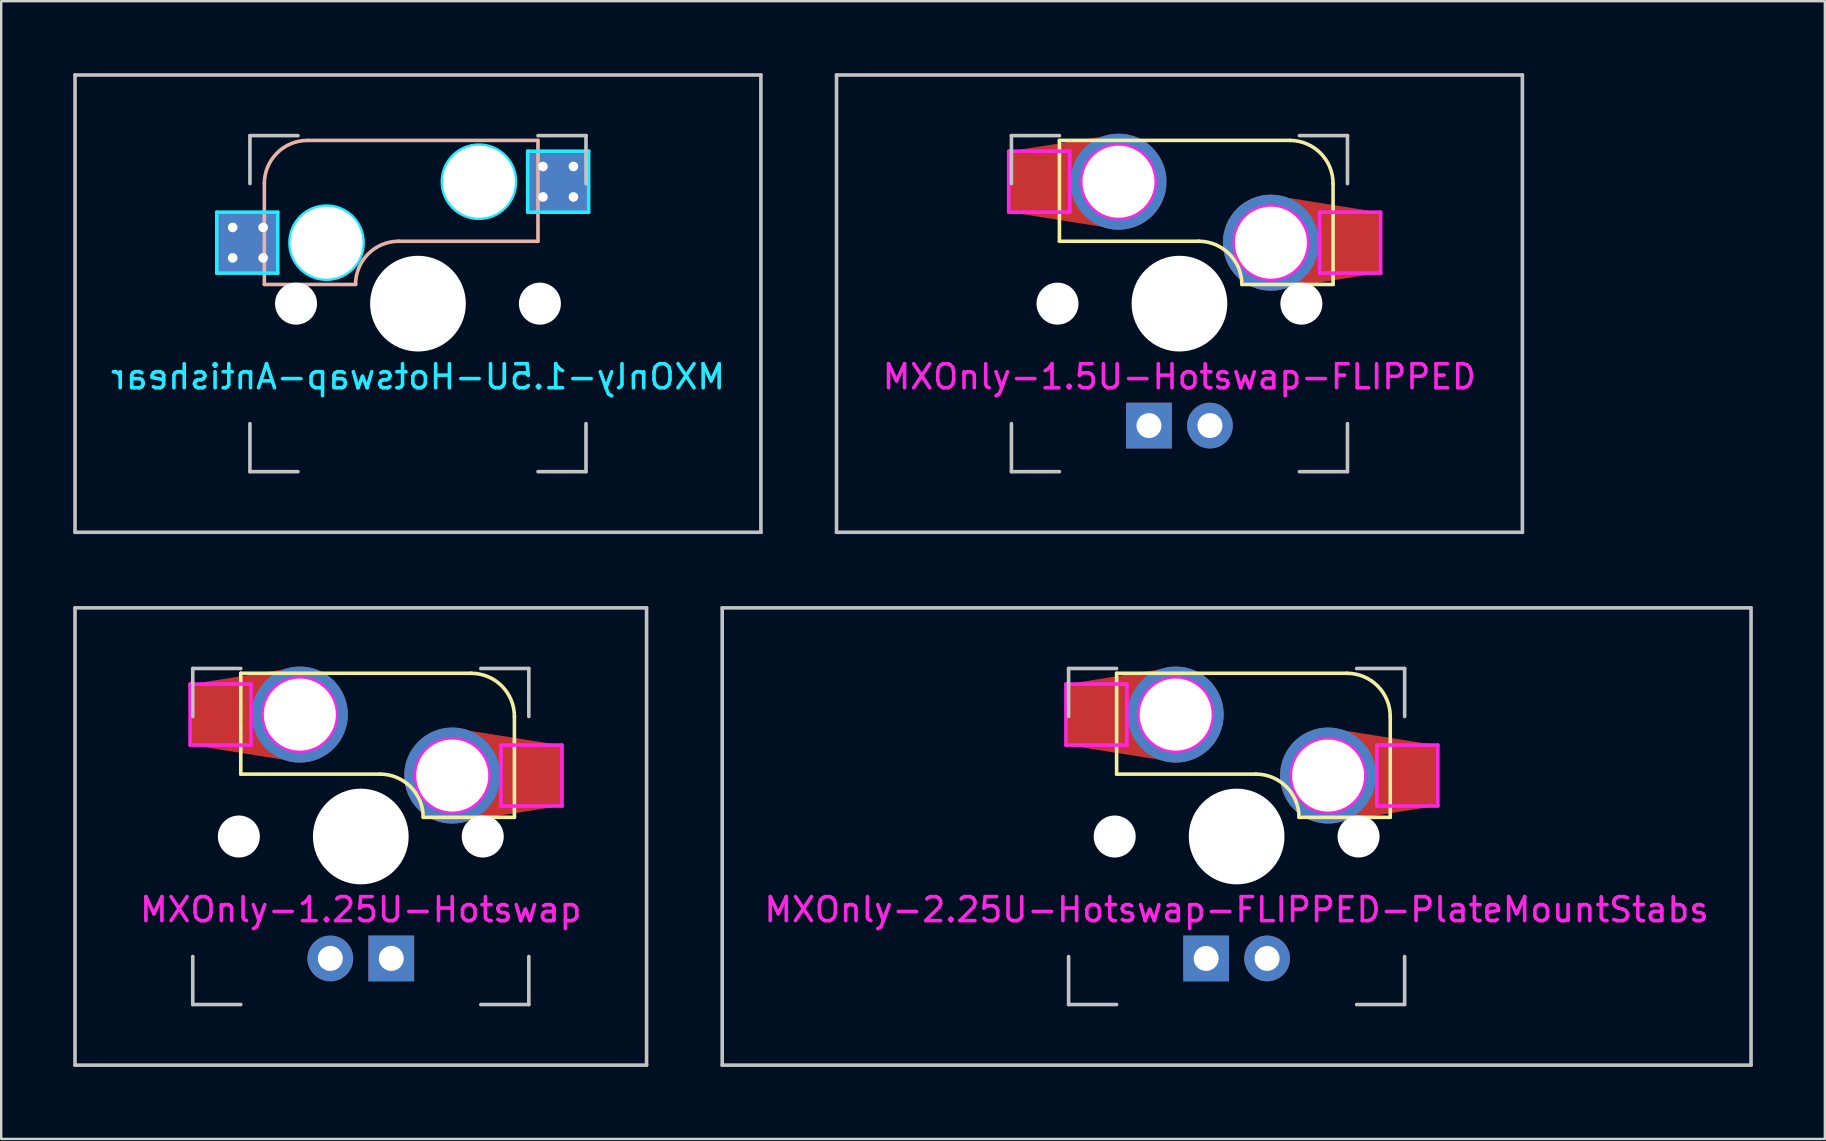
<source format=kicad_pcb>
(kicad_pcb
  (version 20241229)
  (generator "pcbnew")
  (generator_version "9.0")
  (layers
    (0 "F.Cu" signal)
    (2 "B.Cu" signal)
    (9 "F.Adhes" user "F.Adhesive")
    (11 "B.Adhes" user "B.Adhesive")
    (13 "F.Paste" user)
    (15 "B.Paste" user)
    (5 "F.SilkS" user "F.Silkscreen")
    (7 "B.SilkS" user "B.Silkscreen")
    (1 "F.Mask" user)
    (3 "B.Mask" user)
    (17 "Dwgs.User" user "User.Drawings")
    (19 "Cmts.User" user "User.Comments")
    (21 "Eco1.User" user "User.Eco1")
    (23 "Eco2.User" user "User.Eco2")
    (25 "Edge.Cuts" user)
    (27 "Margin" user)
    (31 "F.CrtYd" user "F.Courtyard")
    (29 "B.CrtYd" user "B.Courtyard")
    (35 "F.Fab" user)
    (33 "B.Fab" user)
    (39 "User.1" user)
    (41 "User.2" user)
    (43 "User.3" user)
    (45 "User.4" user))
  (footprint "MXOnly-1.5U-Hotswap-Antishear"
    (layer "F.Cu")
    (at 14.363 9.6)
    (property "Reference" "MXOnly-1.5U-Hotswap-Antishear" (at 0 3.048 0) (layer "B.CrtYd") (effects (font (size 1 1) (thickness 0.15)) (justify mirror)))
    (attr smd)
    (fp_line (start -6.4 -5) (end -6.4 -0.8) (stroke (width 0.15) (type solid)) (layer "B.SilkS"))
    (fp_line (start -6.4 -0.8) (end -2.6 -0.8) (stroke (width 0.15) (type solid)) (layer "B.SilkS"))
    (fp_line (start -0.8 -2.6) (end 5 -2.6) (stroke (width 0.15) (type solid)) (layer "B.SilkS"))
    (fp_line (start 5 -6.8) (end -4.6 -6.8) (stroke (width 0.15) (type solid)) (layer "B.SilkS"))
    (fp_line (start 5 -2.6) (end 5 -6.8) (stroke (width 0.15) (type solid)) (layer "B.SilkS"))
    (fp_arc (start -6.4 -5) (mid -5.872792 -6.272792) (end -4.6 -6.8) (stroke (width 0.15) (type solid)) (layer "B.SilkS"))
    (fp_arc (start -2.6 -0.8) (mid -2.072792 -2.072792) (end -0.8 -2.6) (stroke (width 0.15) (type solid)) (layer "B.SilkS"))
    (fp_line (start -14.287 -9.525) (end 14.287 -9.525) (stroke (width 0.15) (type solid)) (layer "Dwgs.User"))
    (fp_line (start -14.287 9.525) (end -14.287 -9.525) (stroke (width 0.15) (type solid)) (layer "Dwgs.User"))
    (fp_line (start -7 -7) (end -7 -5) (stroke (width 0.15) (type solid)) (layer "Dwgs.User"))
    (fp_line (start -7 5) (end -7 7) (stroke (width 0.15) (type solid)) (layer "Dwgs.User"))
    (fp_line (start -7 7) (end -5 7) (stroke (width 0.15) (type solid)) (layer "Dwgs.User"))
    (fp_line (start -5 -7) (end -7 -7) (stroke (width 0.15) (type solid)) (layer "Dwgs.User"))
    (fp_line (start 5 -7) (end 7 -7) (stroke (width 0.15) (type solid)) (layer "Dwgs.User"))
    (fp_line (start 5 7) (end 7 7) (stroke (width 0.15) (type solid)) (layer "Dwgs.User"))
    (fp_line (start 7 -7) (end 7 -5) (stroke (width 0.15) (type solid)) (layer "Dwgs.User"))
    (fp_line (start 7 7) (end 7 5) (stroke (width 0.15) (type solid)) (layer "Dwgs.User"))
    (fp_line (start 14.287 -9.525) (end 14.287 9.525) (stroke (width 0.15) (type solid)) (layer "Dwgs.User"))
    (fp_line (start 14.287 9.525) (end -14.287 9.525) (stroke (width 0.15) (type solid)) (layer "Dwgs.User"))
    (fp_line (start -8.382 -3.81) (end -5.842 -3.81) (stroke (width 0.15) (type solid)) (layer "B.CrtYd"))
    (fp_line (start -8.382 -1.27) (end -8.382 -3.81) (stroke (width 0.15) (type solid)) (layer "B.CrtYd"))
    (fp_line (start -5.842 -3.81) (end -5.842 -1.27) (stroke (width 0.15) (type solid)) (layer "B.CrtYd"))
    (fp_line (start -5.842 -1.27) (end -8.382 -1.27) (stroke (width 0.15) (type solid)) (layer "B.CrtYd"))
    (fp_line (start 4.572 -6.35) (end 7.112 -6.35) (stroke (width 0.15) (type solid)) (layer "B.CrtYd"))
    (fp_line (start 4.572 -3.81) (end 4.572 -6.35) (stroke (width 0.15) (type solid)) (layer "B.CrtYd"))
    (fp_line (start 7.112 -6.35) (end 7.112 -3.81) (stroke (width 0.15) (type solid)) (layer "B.CrtYd"))
    (fp_line (start 7.112 -3.81) (end 4.572 -3.81) (stroke (width 0.15) (type solid)) (layer "B.CrtYd"))
    (fp_circle (center -3.81 -2.54) (end -3.81 -4.064) (stroke (width 0.15) (type solid)) (fill no) (layer "B.CrtYd"))
    (fp_circle (center 2.54 -5.08) (end 2.54 -6.604) (stroke (width 0.15) (type solid)) (fill no) (layer "B.CrtYd"))
    (pad "" np_thru_hole circle (at -5.08 0 48.1) (size 1.75 1.75) (drill 1.75) (layers "*.Cu" "*.Mask"))
    (pad "" np_thru_hole circle (at -3.81 -2.54) (size 3 3) (drill 3) (layers "*.Cu" "*.Mask"))
    (pad "" np_thru_hole circle (at 0 0) (size 3.988 3.988) (drill 3.988) (layers "*.Cu" "*.Mask"))
    (pad "" np_thru_hole circle (at 2.54 -5.08) (size 3 3) (drill 3) (layers "*.Cu" "*.Mask"))
    (pad "" np_thru_hole circle (at 5.08 0 48.1) (size 1.75 1.75) (drill 1.75) (layers "*.Cu" "*.Mask"))
    (pad "1" thru_hole circle (at -7.72 -3.175) (size 0.8 0.8) (drill 0.4) (layers "*.Cu" "B.Mask"))
    (pad "1" thru_hole circle (at -7.72 -1.905) (size 0.8 0.8) (drill 0.4) (layers "*.Cu" "B.Mask"))
    (pad "1" smd rect (at -7.085 -2.54) (size 2.55 2.5) (layers "B.Cu" "B.Mask" "B.Paste"))
    (pad "1" thru_hole circle (at -6.45 -3.175) (size 0.8 0.8) (drill 0.4) (layers "*.Cu" "B.Mask"))
    (pad "1" thru_hole circle (at -6.45 -1.905) (size 0.8 0.8) (drill 0.4) (layers "*.Cu" "B.Mask"))
    (pad "2" thru_hole circle (at 5.207 -5.715) (size 0.8 0.8) (drill 0.4) (layers "*.Cu" "B.Mask"))
    (pad "2" thru_hole circle (at 5.207 -4.445) (size 0.8 0.8) (drill 0.4) (layers "*.Cu" "B.Mask"))
    (pad "2" smd rect (at 5.842 -5.08) (size 2.55 2.5) (layers "B.Cu" "B.Mask" "B.Paste"))
    (pad "2" thru_hole circle (at 6.477 -5.715) (size 0.8 0.8) (drill 0.4) (layers "*.Cu" "B.Mask"))
    (pad "2" thru_hole circle (at 6.477 -4.445) (size 0.8 0.8) (drill 0.4) (layers "*.Cu" "B.Mask")))
  (footprint "MXOnly-1.25U-Hotswap"
    (layer "F.Cu")
    (at 11.981 31.8)
    (property "Reference" "MXOnly-1.25U-Hotswap" (at 0 3.048 180) (layer "F.CrtYd") (effects (font (size 1 1) (thickness 0.15))))
    (attr smd)
    (fp_line (start -5 -6.8) (end 4.6 -6.8) (stroke (width 0.15) (type solid)) (layer "F.SilkS"))
    (fp_line (start -5 -2.6) (end -5 -6.8) (stroke (width 0.15) (type solid)) (layer "F.SilkS"))
    (fp_line (start 0.8 -2.6) (end -5 -2.6) (stroke (width 0.15) (type solid)) (layer "F.SilkS"))
    (fp_line (start 6.4 -5) (end 6.4 -0.8) (stroke (width 0.15) (type solid)) (layer "F.SilkS"))
    (fp_line (start 6.4 -0.8) (end 2.6 -0.8) (stroke (width 0.15) (type solid)) (layer "F.SilkS"))
    (fp_arc (start 0.8 -2.6) (mid 2.072792 -2.072792) (end 2.6 -0.8) (stroke (width 0.15) (type solid)) (layer "F.SilkS"))
    (fp_arc (start 4.6 -6.8) (mid 5.872792 -6.272792) (end 6.4 -5) (stroke (width 0.15) (type solid)) (layer "F.SilkS"))
    (fp_poly (pts (xy -5.08 -3.493) (xy -7.112 -3.81) (xy -7.112 -6.35) (xy -5.08 -6.668)) (stroke (width 0.1) (type solid)) (fill yes) (layer "F.Paste"))
    (fp_poly (pts (xy 6.477 -4.064) (xy 8.509 -3.747) (xy 8.509 -1.206) (xy 6.477 -0.889)) (stroke (width 0.1) (type solid)) (fill yes) (layer "F.Paste"))
    (fp_line (start -11.906 -9.525) (end -11.906 9.525) (stroke (width 0.15) (type solid)) (layer "Dwgs.User"))
    (fp_line (start -11.906 9.525) (end 11.906 9.525) (stroke (width 0.15) (type solid)) (layer "Dwgs.User"))
    (fp_line (start -7 -7) (end -7 -5) (stroke (width 0.15) (type solid)) (layer "Dwgs.User"))
    (fp_line (start -7 7) (end -7 5) (stroke (width 0.15) (type solid)) (layer "Dwgs.User"))
    (fp_line (start -5 -7) (end -7 -7) (stroke (width 0.15) (type solid)) (layer "Dwgs.User"))
    (fp_line (start -5 7) (end -7 7) (stroke (width 0.15) (type solid)) (layer "Dwgs.User"))
    (fp_line (start 5 -7) (end 7 -7) (stroke (width 0.15) (type solid)) (layer "Dwgs.User"))
    (fp_line (start 7 -7) (end 7 -5) (stroke (width 0.15) (type solid)) (layer "Dwgs.User"))
    (fp_line (start 7 5) (end 7 7) (stroke (width 0.15) (type solid)) (layer "Dwgs.User"))
    (fp_line (start 7 7) (end 5 7) (stroke (width 0.15) (type solid)) (layer "Dwgs.User"))
    (fp_line (start 11.906 -9.525) (end -11.906 -9.525) (stroke (width 0.15) (type solid)) (layer "Dwgs.User"))
    (fp_line (start 11.906 9.525) (end 11.906 -9.525) (stroke (width 0.15) (type solid)) (layer "Dwgs.User"))
    (fp_line (start -7.112 -6.35) (end -7.112 -3.81) (stroke (width 0.15) (type solid)) (layer "F.CrtYd"))
    (fp_line (start -7.112 -3.81) (end -4.572 -3.81) (stroke (width 0.15) (type solid)) (layer "F.CrtYd"))
    (fp_line (start -4.572 -6.35) (end -7.112 -6.35) (stroke (width 0.15) (type solid)) (layer "F.CrtYd"))
    (fp_line (start -4.572 -3.81) (end -4.572 -6.35) (stroke (width 0.15) (type solid)) (layer "F.CrtYd"))
    (fp_line (start 5.842 -3.81) (end 5.842 -1.27) (stroke (width 0.15) (type solid)) (layer "F.CrtYd"))
    (fp_line (start 5.842 -1.27) (end 8.382 -1.27) (stroke (width 0.15) (type solid)) (layer "F.CrtYd"))
    (fp_line (start 8.382 -3.81) (end 5.842 -3.81) (stroke (width 0.15) (type solid)) (layer "F.CrtYd"))
    (fp_line (start 8.382 -1.27) (end 8.382 -3.81) (stroke (width 0.15) (type solid)) (layer "F.CrtYd"))
    (fp_circle (center -2.54 -5.08) (end -2.54 -6.604) (stroke (width 0.15) (type solid)) (fill no) (layer "F.CrtYd"))
    (fp_circle (center 3.81 -2.54) (end 3.81 -4.064) (stroke (width 0.15) (type solid)) (fill no) (layer "F.CrtYd"))
    (pad "" np_thru_hole circle (at -5.08 0 131.9) (size 1.75 1.75) (drill 1.75) (layers "*.Cu" "*.Mask"))
    (pad "" np_thru_hole circle (at 0 0 180) (size 3.988 3.988) (drill 3.988) (layers "*.Cu" "*.Mask"))
    (pad "" np_thru_hole circle (at 5.08 0 131.9) (size 1.75 1.75) (drill 1.75) (layers "*.Cu" "*.Mask"))
    (pad "1" thru_hole circle (at 3.81 -2.54 180) (size 4 4) (drill 3) (layers "*.Cu" "F.Mask"))
    (pad "1" smd custom (at 7.085 -2.54 180) (size 2.55 2.5) (layers "F.Cu" "F.Mask") (options (anchor rect)) (primitives (gr_poly (pts (xy -1.195 1.219) (xy 3.275 1.93) (xy 3.275 -1.93) (xy -1.195 -1.219)) (width 0.1) (fill yes))))
    (pad "2" smd custom (at -5.841 -5.08 180) (size 2.55 2.5) (layers "F.Cu" "F.Mask") (options (anchor rect)) (primitives (gr_poly (pts (xy 1.219 -1.219) (xy -3.251 -1.93) (xy -3.251 1.93) (xy 1.219 1.219)) (width 0.1) (fill yes))))
    (pad "2" thru_hole circle (at -2.54 -5.08 180) (size 4 4) (drill 3) (layers "*.Cu" "F.Mask"))
    (pad "3" thru_hole circle (at -1.27 5.08) (size 1.905 1.905) (drill 1.04) (layers "*.Cu" "F.Mask"))
    (pad "4" thru_hole rect (at 1.27 5.08) (size 1.905 1.905) (drill 1.04) (layers "*.Cu" "F.Mask")))
  (footprint "MXOnly-2.25U-Hotswap-FLIPPED-PlateMountStabs"
    (layer "F.Cu")
    (at 48.469 31.8)
    (property "Reference" "MXOnly-2.25U-Hotswap-FLIPPED-PlateMountStabs" (at 0 3.048 180) (layer "F.CrtYd") (effects (font (size 1 1) (thickness 0.15))))
    (attr smd)
    (fp_line (start -5 -6.8) (end 4.6 -6.8) (stroke (width 0.15) (type solid)) (layer "F.SilkS"))
    (fp_line (start -5 -2.6) (end -5 -6.8) (stroke (width 0.15) (type solid)) (layer "F.SilkS"))
    (fp_line (start 0.8 -2.6) (end -5 -2.6) (stroke (width 0.15) (type solid)) (layer "F.SilkS"))
    (fp_line (start 6.4 -5) (end 6.4 -0.8) (stroke (width 0.15) (type solid)) (layer "F.SilkS"))
    (fp_line (start 6.4 -0.8) (end 2.6 -0.8) (stroke (width 0.15) (type solid)) (layer "F.SilkS"))
    (fp_arc (start 0.8 -2.6) (mid 2.072792 -2.072792) (end 2.6 -0.8) (stroke (width 0.15) (type solid)) (layer "F.SilkS"))
    (fp_arc (start 4.6 -6.8) (mid 5.872792 -6.272792) (end 6.4 -5) (stroke (width 0.15) (type solid)) (layer "F.SilkS"))
    (fp_poly (pts (xy -5.08 -3.493) (xy -7.112 -3.81) (xy -7.112 -6.35) (xy -5.08 -6.668)) (stroke (width 0.1) (type solid)) (fill yes) (layer "F.Paste"))
    (fp_poly (pts (xy 6.477 -4.064) (xy 8.509 -3.747) (xy 8.509 -1.206) (xy 6.477 -0.889)) (stroke (width 0.1) (type solid)) (fill yes) (layer "F.Paste"))
    (fp_line (start -21.431 -9.525) (end 21.431 -9.525) (stroke (width 0.15) (type solid)) (layer "Dwgs.User"))
    (fp_line (start -21.431 9.525) (end -21.431 -9.525) (stroke (width 0.15) (type solid)) (layer "Dwgs.User"))
    (fp_line (start -7 -7) (end -7 -5) (stroke (width 0.15) (type solid)) (layer "Dwgs.User"))
    (fp_line (start -7 7) (end -7 5) (stroke (width 0.15) (type solid)) (layer "Dwgs.User"))
    (fp_line (start -5 -7) (end -7 -7) (stroke (width 0.15) (type solid)) (layer "Dwgs.User"))
    (fp_line (start -5 7) (end -7 7) (stroke (width 0.15) (type solid)) (layer "Dwgs.User"))
    (fp_line (start 5 -7) (end 7 -7) (stroke (width 0.15) (type solid)) (layer "Dwgs.User"))
    (fp_line (start 7 -7) (end 7 -5) (stroke (width 0.15) (type solid)) (layer "Dwgs.User"))
    (fp_line (start 7 5) (end 7 7) (stroke (width 0.15) (type solid)) (layer "Dwgs.User"))
    (fp_line (start 7 7) (end 5 7) (stroke (width 0.15) (type solid)) (layer "Dwgs.User"))
    (fp_line (start 21.431 -9.525) (end 21.431 9.525) (stroke (width 0.15) (type solid)) (layer "Dwgs.User"))
    (fp_line (start 21.431 9.525) (end -21.431 9.525) (stroke (width 0.15) (type solid)) (layer "Dwgs.User"))
    (fp_line (start -7.112 -6.35) (end -7.112 -3.81) (stroke (width 0.15) (type solid)) (layer "F.CrtYd"))
    (fp_line (start -7.112 -3.81) (end -4.572 -3.81) (stroke (width 0.15) (type solid)) (layer "F.CrtYd"))
    (fp_line (start -4.572 -6.35) (end -7.112 -6.35) (stroke (width 0.15) (type solid)) (layer "F.CrtYd"))
    (fp_line (start -4.572 -3.81) (end -4.572 -6.35) (stroke (width 0.15) (type solid)) (layer "F.CrtYd"))
    (fp_line (start 5.842 -3.81) (end 5.842 -1.27) (stroke (width 0.15) (type solid)) (layer "F.CrtYd"))
    (fp_line (start 5.842 -1.27) (end 8.382 -1.27) (stroke (width 0.15) (type solid)) (layer "F.CrtYd"))
    (fp_line (start 8.382 -3.81) (end 5.842 -3.81) (stroke (width 0.15) (type solid)) (layer "F.CrtYd"))
    (fp_line (start 8.382 -1.27) (end 8.382 -3.81) (stroke (width 0.15) (type solid)) (layer "F.CrtYd"))
    (fp_circle (center -2.54 -5.08) (end -2.54 -6.604) (stroke (width 0.15) (type solid)) (fill no) (layer "F.CrtYd"))
    (fp_circle (center 3.81 -2.54) (end 3.81 -4.064) (stroke (width 0.15) (type solid)) (fill no) (layer "F.CrtYd"))
    (pad "" np_thru_hole circle (at -5.08 0 131.9) (size 1.75 1.75) (drill 1.75) (layers "*.Cu" "*.Mask"))
    (pad "" np_thru_hole circle (at 0 0 180) (size 3.988 3.988) (drill 3.988) (layers "*.Cu" "*.Mask"))
    (pad "" np_thru_hole circle (at 5.08 0 131.9) (size 1.75 1.75) (drill 1.75) (layers "*.Cu" "*.Mask"))
    (pad "1" thru_hole circle (at 3.81 -2.54 180) (size 4 4) (drill 3) (layers "*.Cu" "F.Mask"))
    (pad "1" smd custom (at 7.085 -2.54 180) (size 2.55 2.5) (layers "F.Cu" "F.Mask") (options (anchor rect)) (primitives (gr_poly (pts (xy -1.195 1.219) (xy 3.275 1.93) (xy 3.275 -1.93) (xy -1.195 -1.219)) (width 0.1) (fill yes))))
    (pad "2" smd custom (at -5.841 -5.08 180) (size 2.55 2.5) (layers "F.Cu" "F.Mask") (options (anchor rect)) (primitives (gr_poly (pts (xy 1.219 -1.219) (xy -3.251 -1.93) (xy -3.251 1.93) (xy 1.219 1.219)) (width 0.1) (fill yes))))
    (pad "2" thru_hole circle (at -2.54 -5.08 180) (size 4 4) (drill 3) (layers "*.Cu" "F.Mask"))
    (pad "3" thru_hole circle (at 1.27 5.08) (size 1.905 1.905) (drill 1.04) (layers "*.Cu" "F.Mask"))
    (pad "4" thru_hole rect (at -1.27 5.08) (size 1.905 1.905) (drill 1.04) (layers "*.Cu" "F.Mask")))
  (footprint "MXOnly-1.5U-Hotswap-FLIPPED"
    (layer "F.Cu")
    (at 46.087 9.6)
    (property "Reference" "MXOnly-1.5U-Hotswap-FLIPPED" (at 0 3.048 180) (layer "F.CrtYd") (effects (font (size 1 1) (thickness 0.15))))
    (attr smd)
    (fp_line (start -5 -6.8) (end 4.6 -6.8) (stroke (width 0.15) (type solid)) (layer "F.SilkS"))
    (fp_line (start -5 -2.6) (end -5 -6.8) (stroke (width 0.15) (type solid)) (layer "F.SilkS"))
    (fp_line (start 0.8 -2.6) (end -5 -2.6) (stroke (width 0.15) (type solid)) (layer "F.SilkS"))
    (fp_line (start 6.4 -5) (end 6.4 -0.8) (stroke (width 0.15) (type solid)) (layer "F.SilkS"))
    (fp_line (start 6.4 -0.8) (end 2.6 -0.8) (stroke (width 0.15) (type solid)) (layer "F.SilkS"))
    (fp_arc (start 0.8 -2.6) (mid 2.072792 -2.072792) (end 2.6 -0.8) (stroke (width 0.15) (type solid)) (layer "F.SilkS"))
    (fp_arc (start 4.6 -6.8) (mid 5.872792 -6.272792) (end 6.4 -5) (stroke (width 0.15) (type solid)) (layer "F.SilkS"))
    (fp_poly (pts (xy -5.08 -3.493) (xy -7.112 -3.81) (xy -7.112 -6.35) (xy -5.08 -6.668)) (stroke (width 0.1) (type solid)) (fill yes) (layer "F.Paste"))
    (fp_poly (pts (xy 6.477 -4.064) (xy 8.509 -3.747) (xy 8.509 -1.206) (xy 6.477 -0.889)) (stroke (width 0.1) (type solid)) (fill yes) (layer "F.Paste"))
    (fp_line (start -14.287 -9.525) (end -14.287 9.525) (stroke (width 0.15) (type solid)) (layer "Dwgs.User"))
    (fp_line (start -14.287 9.525) (end 14.287 9.525) (stroke (width 0.15) (type solid)) (layer "Dwgs.User"))
    (fp_line (start -7 -7) (end -7 -5) (stroke (width 0.15) (type solid)) (layer "Dwgs.User"))
    (fp_line (start -7 7) (end -7 5) (stroke (width 0.15) (type solid)) (layer "Dwgs.User"))
    (fp_line (start -5 -7) (end -7 -7) (stroke (width 0.15) (type solid)) (layer "Dwgs.User"))
    (fp_line (start -5 7) (end -7 7) (stroke (width 0.15) (type solid)) (layer "Dwgs.User"))
    (fp_line (start 5 -7) (end 7 -7) (stroke (width 0.15) (type solid)) (layer "Dwgs.User"))
    (fp_line (start 7 -7) (end 7 -5) (stroke (width 0.15) (type solid)) (layer "Dwgs.User"))
    (fp_line (start 7 5) (end 7 7) (stroke (width 0.15) (type solid)) (layer "Dwgs.User"))
    (fp_line (start 7 7) (end 5 7) (stroke (width 0.15) (type solid)) (layer "Dwgs.User"))
    (fp_line (start 14.287 -9.525) (end -14.287 -9.525) (stroke (width 0.15) (type solid)) (layer "Dwgs.User"))
    (fp_line (start 14.287 9.525) (end 14.287 -9.525) (stroke (width 0.15) (type solid)) (layer "Dwgs.User"))
    (fp_line (start -7.112 -6.35) (end -7.112 -3.81) (stroke (width 0.15) (type solid)) (layer "F.CrtYd"))
    (fp_line (start -7.112 -3.81) (end -4.572 -3.81) (stroke (width 0.15) (type solid)) (layer "F.CrtYd"))
    (fp_line (start -4.572 -6.35) (end -7.112 -6.35) (stroke (width 0.15) (type solid)) (layer "F.CrtYd"))
    (fp_line (start -4.572 -3.81) (end -4.572 -6.35) (stroke (width 0.15) (type solid)) (layer "F.CrtYd"))
    (fp_line (start 5.842 -3.81) (end 5.842 -1.27) (stroke (width 0.15) (type solid)) (layer "F.CrtYd"))
    (fp_line (start 5.842 -1.27) (end 8.382 -1.27) (stroke (width 0.15) (type solid)) (layer "F.CrtYd"))
    (fp_line (start 8.382 -3.81) (end 5.842 -3.81) (stroke (width 0.15) (type solid)) (layer "F.CrtYd"))
    (fp_line (start 8.382 -1.27) (end 8.382 -3.81) (stroke (width 0.15) (type solid)) (layer "F.CrtYd"))
    (fp_circle (center -2.54 -5.08) (end -2.54 -6.604) (stroke (width 0.15) (type solid)) (fill no) (layer "F.CrtYd"))
    (fp_circle (center 3.81 -2.54) (end 3.81 -4.064) (stroke (width 0.15) (type solid)) (fill no) (layer "F.CrtYd"))
    (pad "" np_thru_hole circle (at -5.08 0 131.9) (size 1.75 1.75) (drill 1.75) (layers "*.Cu" "*.Mask"))
    (pad "" np_thru_hole circle (at 0 0 180) (size 3.988 3.988) (drill 3.988) (layers "*.Cu" "*.Mask"))
    (pad "" np_thru_hole circle (at 5.08 0 131.9) (size 1.75 1.75) (drill 1.75) (layers "*.Cu" "*.Mask"))
    (pad "1" thru_hole circle (at 3.81 -2.54 180) (size 4 4) (drill 3) (layers "*.Cu" "F.Mask"))
    (pad "1" smd custom (at 7.085 -2.54 180) (size 2.55 2.5) (layers "F.Cu" "F.Mask") (options (anchor rect)) (primitives (gr_poly (pts (xy -1.195 1.219) (xy 3.275 1.93) (xy 3.275 -1.93) (xy -1.195 -1.219)) (width 0.1) (fill yes))))
    (pad "2" smd custom (at -5.841 -5.08 180) (size 2.55 2.5) (layers "F.Cu" "F.Mask") (options (anchor rect)) (primitives (gr_poly (pts (xy 1.219 -1.219) (xy -3.251 -1.93) (xy -3.251 1.93) (xy 1.219 1.219)) (width 0.1) (fill yes))))
    (pad "2" thru_hole circle (at -2.54 -5.08 180) (size 4 4) (drill 3) (layers "*.Cu" "F.Mask"))
    (pad "3" thru_hole circle (at 1.27 5.08) (size 1.905 1.905) (drill 1.04) (layers "*.Cu" "F.Mask"))
    (pad "4" thru_hole rect (at -1.27 5.08) (size 1.905 1.905) (drill 1.04) (layers "*.Cu" "F.Mask")))
  (gr_rect
    (start -3 -3)
    (end 72.975 44.4)
    (stroke (width 0.1) (type default))
    (fill no)
    (layer "Edge.Cuts")))
</source>
